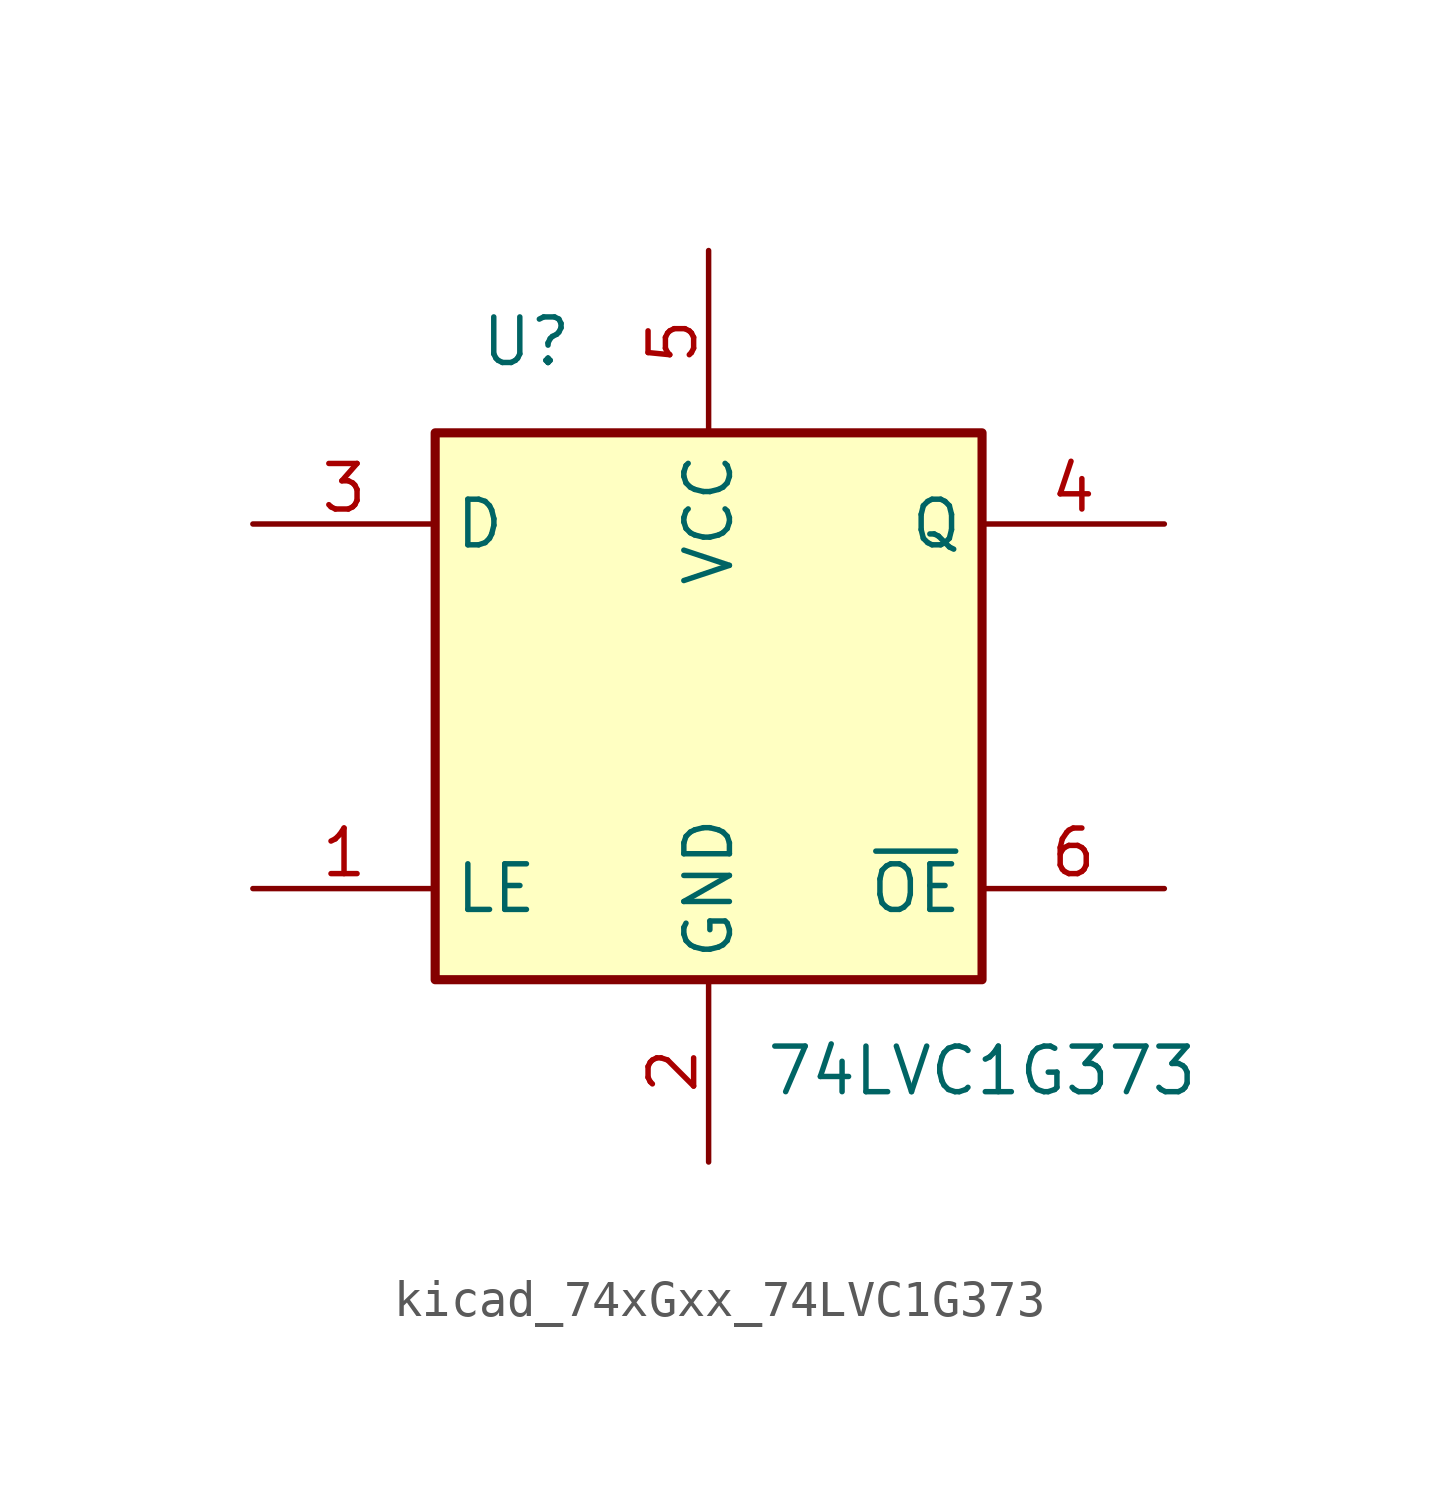
<source format=kicad_sym>
(kicad_symbol_lib
  (version 20220914)
  (generator kicad_symbol_editor)
  (symbol "kicad_74xGxx_74LVC1G373"
    (property "Reference" "U"
      (at -5.08 10.16 0)
      (effects (font (size 1.27 1.27))))
    (property "Value" "74LVC1G373"
      (at 7.62 -10.16 0)
      (effects (font (size 1.27 1.27))))
    (symbol "kicad_74xGxx_74LVC1G373_0_1"
      (rectangle (start -7.62 7.62) (end 7.62 -7.62) (stroke (width 0.254) (type default)) (fill (type background))))
    (symbol "kicad_74xGxx_74LVC1G373_1_1"
      (pin input line (at -12.7 -5.08 0) (length 5.08) (name "LE" (effects (font (size 1.27 1.27)))) (number "1" (effects (font (size 1.27 1.27)))))
      (pin power_in line (at 0 -12.7 90) (length 5.08) (name "GND" (effects (font (size 1.27 1.27)))) (number "2" (effects (font (size 1.27 1.27)))))
      (pin input line (at -12.7 5.08 0) (length 5.08) (name "D" (effects (font (size 1.27 1.27)))) (number "3" (effects (font (size 1.27 1.27)))))
      (pin tri_state line (at 12.7 5.08 180) (length 5.08) (name "Q" (effects (font (size 1.27 1.27)))) (number "4" (effects (font (size 1.27 1.27)))))
      (pin power_in line (at 0 12.7 270) (length 5.08) (name "VCC" (effects (font (size 1.27 1.27)))) (number "5" (effects (font (size 1.27 1.27)))))
      (pin input line (at 12.7 -5.08 180) (length 5.08) (name "~{OE}" (effects (font (size 1.27 1.27)))) (number "6" (effects (font (size 1.27 1.27))))))))
</source>
